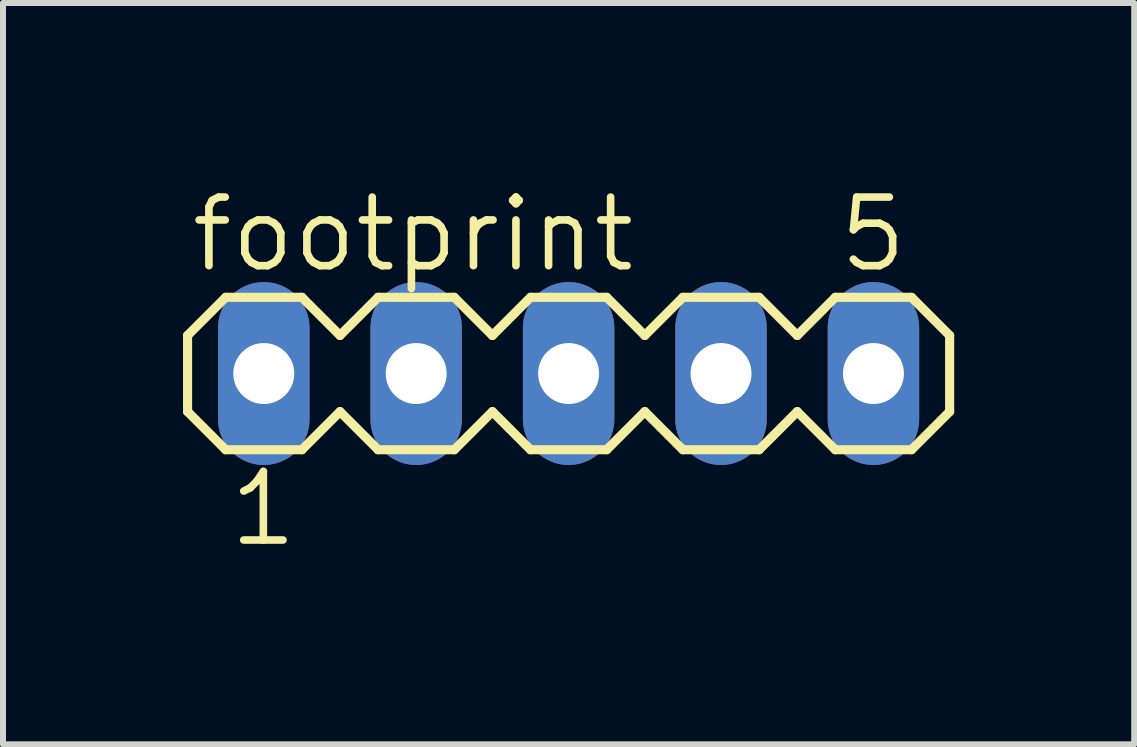
<source format=kicad_pcb>
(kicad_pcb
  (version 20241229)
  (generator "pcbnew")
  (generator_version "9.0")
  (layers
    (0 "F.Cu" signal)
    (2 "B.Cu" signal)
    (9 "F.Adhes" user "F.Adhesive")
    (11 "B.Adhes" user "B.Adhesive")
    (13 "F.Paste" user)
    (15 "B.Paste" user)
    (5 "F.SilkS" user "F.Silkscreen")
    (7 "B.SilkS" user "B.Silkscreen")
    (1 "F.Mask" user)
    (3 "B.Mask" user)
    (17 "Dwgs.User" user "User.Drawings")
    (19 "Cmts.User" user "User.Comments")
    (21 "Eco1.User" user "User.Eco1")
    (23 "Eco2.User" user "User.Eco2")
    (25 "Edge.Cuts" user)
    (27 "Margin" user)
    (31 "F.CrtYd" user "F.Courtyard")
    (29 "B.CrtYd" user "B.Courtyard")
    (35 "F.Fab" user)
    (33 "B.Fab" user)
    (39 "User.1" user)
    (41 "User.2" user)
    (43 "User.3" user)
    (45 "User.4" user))
  (footprint "footprint"
    (layer "F.Cu")
    (at 6.426 3.175)
    (property "Reference" "footprint" (at -6.35 -1.651 0) (layer "F.SilkS") (effects (font (size 1.143 1.143) (thickness 0.127)) (justify left bottom)))
    (fp_line (start -6.35 -0.635) (end -6.35 0.635) (stroke (width 0.152) (type solid)) (layer "F.SilkS"))
    (fp_line (start -6.35 0.635) (end -5.715 1.27) (stroke (width 0.152) (type solid)) (layer "F.SilkS"))
    (fp_line (start -5.715 -1.27) (end -6.35 -0.635) (stroke (width 0.152) (type solid)) (layer "F.SilkS"))
    (fp_line (start -5.715 -1.27) (end -4.445 -1.27) (stroke (width 0.152) (type solid)) (layer "F.SilkS"))
    (fp_line (start -4.445 -1.27) (end -3.81 -0.635) (stroke (width 0.152) (type solid)) (layer "F.SilkS"))
    (fp_line (start -4.445 1.27) (end -5.715 1.27) (stroke (width 0.152) (type solid)) (layer "F.SilkS"))
    (fp_line (start -3.81 -0.635) (end -3.175 -1.27) (stroke (width 0.152) (type solid)) (layer "F.SilkS"))
    (fp_line (start -3.81 0.635) (end -4.445 1.27) (stroke (width 0.152) (type solid)) (layer "F.SilkS"))
    (fp_line (start -3.175 -1.27) (end -1.905 -1.27) (stroke (width 0.152) (type solid)) (layer "F.SilkS"))
    (fp_line (start -3.175 1.27) (end -3.81 0.635) (stroke (width 0.152) (type solid)) (layer "F.SilkS"))
    (fp_line (start -1.905 -1.27) (end -1.27 -0.635) (stroke (width 0.152) (type solid)) (layer "F.SilkS"))
    (fp_line (start -1.905 1.27) (end -3.175 1.27) (stroke (width 0.152) (type solid)) (layer "F.SilkS"))
    (fp_line (start -1.27 -0.635) (end -0.635 -1.27) (stroke (width 0.152) (type solid)) (layer "F.SilkS"))
    (fp_line (start -1.27 0.635) (end -1.905 1.27) (stroke (width 0.152) (type solid)) (layer "F.SilkS"))
    (fp_line (start -0.635 -1.27) (end 0.635 -1.27) (stroke (width 0.152) (type solid)) (layer "F.SilkS"))
    (fp_line (start -0.635 1.27) (end -1.27 0.635) (stroke (width 0.152) (type solid)) (layer "F.SilkS"))
    (fp_line (start 0.635 -1.27) (end 1.27 -0.635) (stroke (width 0.152) (type solid)) (layer "F.SilkS"))
    (fp_line (start 0.635 1.27) (end -0.635 1.27) (stroke (width 0.152) (type solid)) (layer "F.SilkS"))
    (fp_line (start 1.27 0.635) (end 0.635 1.27) (stroke (width 0.152) (type solid)) (layer "F.SilkS"))
    (fp_line (start 1.27 0.635) (end 1.905 1.27) (stroke (width 0.152) (type solid)) (layer "F.SilkS"))
    (fp_line (start 1.905 -1.27) (end 1.27 -0.635) (stroke (width 0.152) (type solid)) (layer "F.SilkS"))
    (fp_line (start 1.905 -1.27) (end 3.175 -1.27) (stroke (width 0.152) (type solid)) (layer "F.SilkS"))
    (fp_line (start 3.175 -1.27) (end 3.81 -0.635) (stroke (width 0.152) (type solid)) (layer "F.SilkS"))
    (fp_line (start 3.175 1.27) (end 1.905 1.27) (stroke (width 0.152) (type solid)) (layer "F.SilkS"))
    (fp_line (start 3.81 -0.635) (end 4.445 -1.27) (stroke (width 0.152) (type solid)) (layer "F.SilkS"))
    (fp_line (start 3.81 0.635) (end 3.175 1.27) (stroke (width 0.152) (type solid)) (layer "F.SilkS"))
    (fp_line (start 4.445 -1.27) (end 5.715 -1.27) (stroke (width 0.152) (type solid)) (layer "F.SilkS"))
    (fp_line (start 4.445 1.27) (end 3.81 0.635) (stroke (width 0.152) (type solid)) (layer "F.SilkS"))
    (fp_line (start 5.715 -1.27) (end 6.35 -0.635) (stroke (width 0.152) (type solid)) (layer "F.SilkS"))
    (fp_line (start 5.715 1.27) (end 4.445 1.27) (stroke (width 0.152) (type solid)) (layer "F.SilkS"))
    (fp_line (start 6.35 -0.635) (end 6.35 0.635) (stroke (width 0.152) (type solid)) (layer "F.SilkS"))
    (fp_line (start 6.35 0.635) (end 5.715 1.27) (stroke (width 0.152) (type solid)) (layer "F.SilkS"))
    (fp_poly (pts (xy -5.334 0.254) (xy -4.826 0.254) (xy -4.826 -0.254) (xy -5.334 -0.254)) (stroke (width 0.1) (type solid)) (fill no) (layer "F.Fab"))
    (fp_poly (pts (xy -2.794 0.254) (xy -2.286 0.254) (xy -2.286 -0.254) (xy -2.794 -0.254)) (stroke (width 0.1) (type solid)) (fill no) (layer "F.Fab"))
    (fp_poly (pts (xy -0.254 0.254) (xy 0.254 0.254) (xy 0.254 -0.254) (xy -0.254 -0.254)) (stroke (width 0.1) (type solid)) (fill no) (layer "F.Fab"))
    (fp_poly (pts (xy 2.286 0.254) (xy 2.794 0.254) (xy 2.794 -0.254) (xy 2.286 -0.254)) (stroke (width 0.1) (type solid)) (fill no) (layer "F.Fab"))
    (fp_poly (pts (xy 4.826 0.254) (xy 5.334 0.254) (xy 5.334 -0.254) (xy 4.826 -0.254)) (stroke (width 0.1) (type solid)) (fill no) (layer "F.Fab"))
    (fp_text user "5" (at 4.445 -1.651 0) (layer "F.SilkS") (effects (font (size 1.143 1.143) (thickness 0.127)) (justify left bottom)))
    (fp_text user "1" (at -5.715 2.921 0) (layer "F.SilkS") (effects (font (size 1.143 1.143) (thickness 0.127)) (justify left bottom)))
    (pad "1" thru_hole oval (at -5.08 0 90) (size 3.048 1.524) (drill 1.016) (layers "*.Cu" "*.Mask"))
    (pad "2" thru_hole oval (at -2.54 0 90) (size 3.048 1.524) (drill 1.016) (layers "*.Cu" "*.Mask"))
    (pad "3" thru_hole oval (at 0 0 90) (size 3.048 1.524) (drill 1.016) (layers "*.Cu" "*.Mask"))
    (pad "4" thru_hole oval (at 2.54 0 90) (size 3.048 1.524) (drill 1.016) (layers "*.Cu" "*.Mask"))
    (pad "5" thru_hole oval (at 5.08 0 90) (size 3.048 1.524) (drill 1.016) (layers "*.Cu" "*.Mask")))
  (gr_rect
    (start -3 -3)
    (end 15.852 9.355)
    (stroke (width 0.1) (type default))
    (fill no)
    (layer "Edge.Cuts")))
</source>
